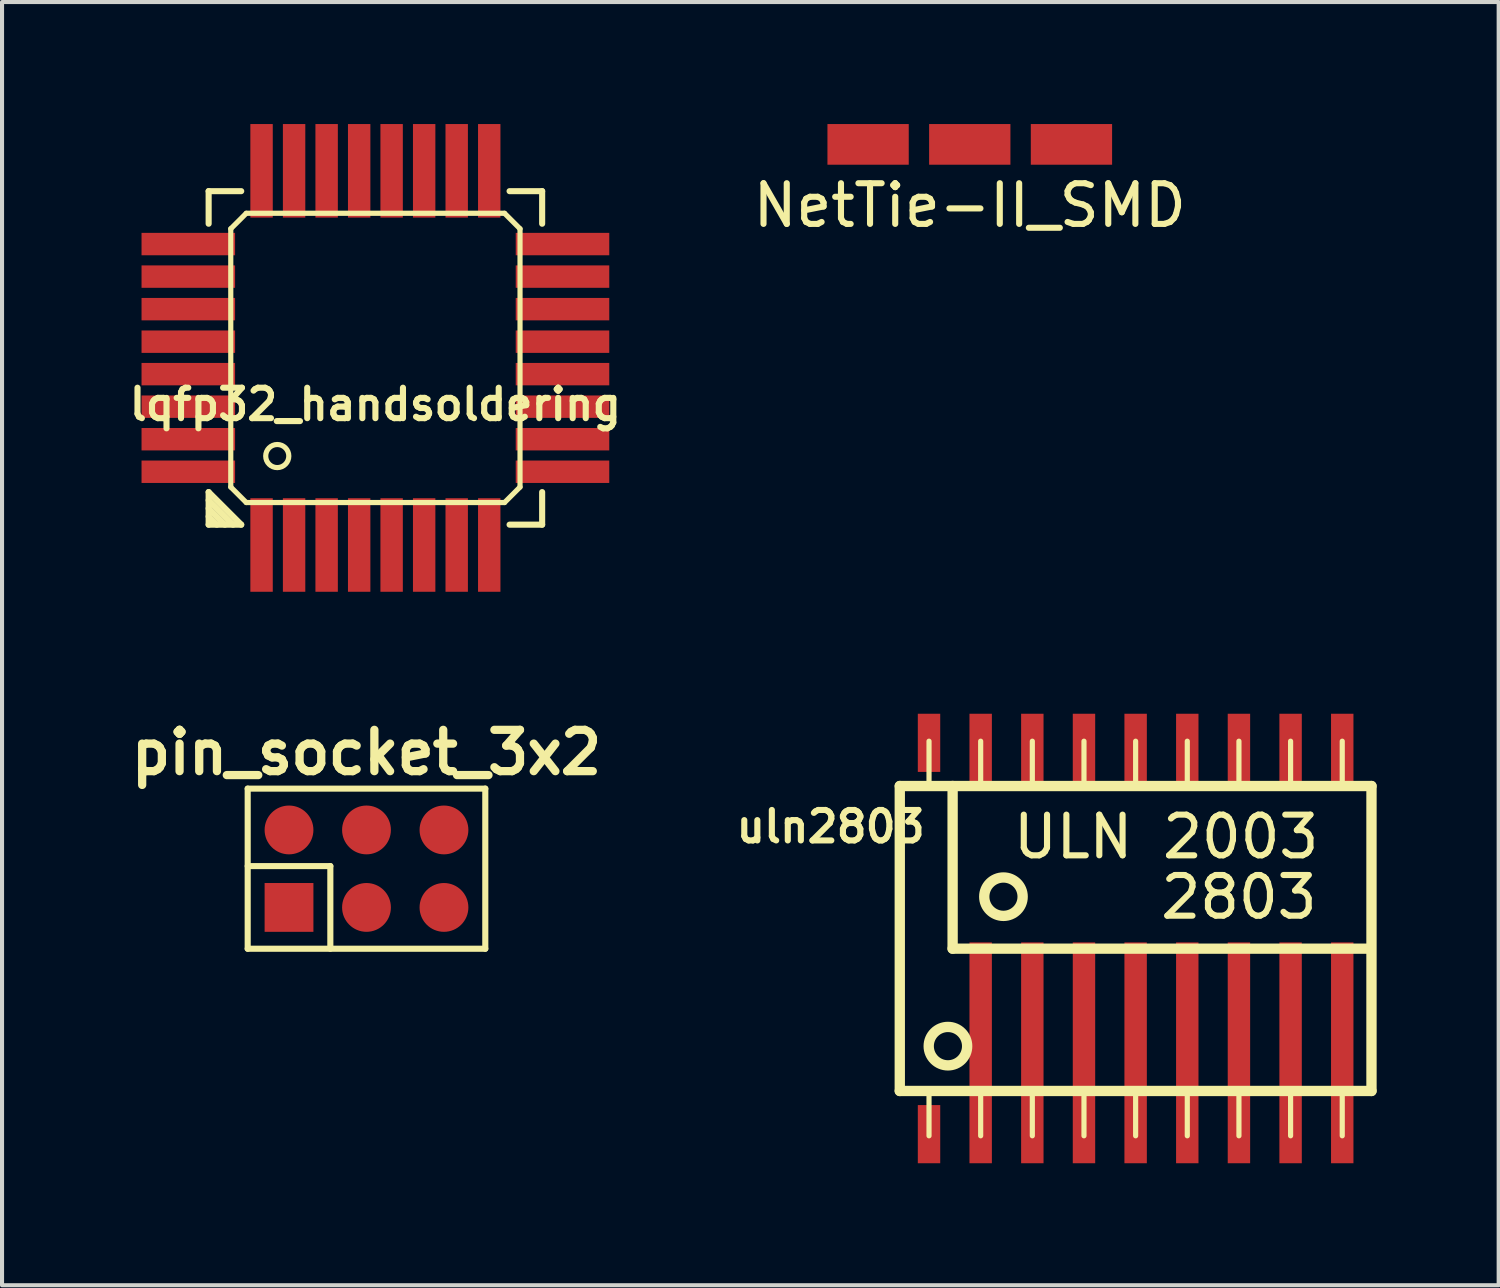
<source format=kicad_pcb>
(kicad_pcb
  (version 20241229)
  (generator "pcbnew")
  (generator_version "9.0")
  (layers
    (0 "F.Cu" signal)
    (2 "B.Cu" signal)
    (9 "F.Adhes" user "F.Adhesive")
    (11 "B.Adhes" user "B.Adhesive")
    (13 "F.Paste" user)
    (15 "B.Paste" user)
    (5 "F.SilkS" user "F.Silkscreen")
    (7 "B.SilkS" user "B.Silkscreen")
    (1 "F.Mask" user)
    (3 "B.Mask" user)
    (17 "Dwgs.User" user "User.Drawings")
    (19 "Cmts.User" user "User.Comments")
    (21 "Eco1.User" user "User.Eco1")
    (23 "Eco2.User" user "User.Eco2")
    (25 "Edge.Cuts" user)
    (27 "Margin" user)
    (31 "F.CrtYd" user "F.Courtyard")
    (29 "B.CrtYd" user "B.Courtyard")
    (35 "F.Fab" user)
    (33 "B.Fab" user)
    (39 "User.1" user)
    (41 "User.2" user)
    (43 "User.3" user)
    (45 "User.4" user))
  (footprint "NetTie-II_SMD"
    (layer "F.Cu")
    (at 20.794 0.5)
    (property "Reference" "NetTie-II_SMD" (at 0 1.5 0) (layer "F.SilkS") (effects (font (size 1 1) (thickness 0.15))))
    (attr through_hole)
    (pad "1" smd rect (at -2.5 0) (size 1.999 1) (layers "F.Cu" "F.Mask" "F.Paste"))
    (pad "2" smd rect (at 0 0) (size 1.999 1) (layers "F.Cu" "F.Mask" "F.Paste"))
    (pad "3" smd rect (at 2.5 0) (size 1.999 1) (layers "F.Cu" "F.Mask" "F.Paste")))
  (footprint "pin_socket_3x2"
    (layer "F.Cu")
    (at 5.961 17.991)
    (property "Reference" "pin_socket_3x2" (at 0 -2.54 0) (layer "F.SilkS") (effects (font (size 1.016 1.016) (thickness 0.203))))
    (attr through_hole)
    (fp_line (start -2.921 -1.651) (end -2.921 2.286) (stroke (width 0.15) (type solid)) (layer "F.SilkS"))
    (fp_line (start -2.921 0.254) (end -0.889 0.254) (stroke (width 0.15) (type solid)) (layer "F.SilkS"))
    (fp_line (start -2.921 2.286) (end 2.921 2.286) (stroke (width 0.15) (type solid)) (layer "F.SilkS"))
    (fp_line (start -0.889 0.254) (end -0.889 2.286) (stroke (width 0.15) (type solid)) (layer "F.SilkS"))
    (fp_line (start 2.921 -1.651) (end -2.921 -1.651) (stroke (width 0.15) (type solid)) (layer "F.SilkS"))
    (fp_line (start 2.921 2.286) (end 2.921 -1.651) (stroke (width 0.15) (type solid)) (layer "F.SilkS"))
    (pad "1" smd rect (at -1.905 1.27) (size 1.2 1.2) (layers "F.Cu" "F.Mask" "F.Paste"))
    (pad "2" smd circle (at -1.905 -0.635) (size 1.2 1.2) (layers "F.Cu" "F.Mask" "F.Paste"))
    (pad "3" smd circle (at 0 1.27) (size 1.2 1.2) (layers "F.Cu" "F.Mask" "F.Paste"))
    (pad "4" smd circle (at 0 -0.635) (size 1.2 1.2) (layers "F.Cu" "F.Mask" "F.Paste"))
    (pad "5" smd circle (at 1.905 1.27) (size 1.2 1.2) (layers "F.Cu" "F.Mask" "F.Paste"))
    (pad "6" smd circle (at 1.905 -0.635) (size 1.2 1.2) (layers "F.Cu" "F.Mask" "F.Paste")))
  (footprint "lqfp32_handsoldering"
    (layer "F.Cu")
    (at 6.18 5.75)
    (property "Reference" "lqfp32_handsoldering" (at 0 1.143 0) (layer "F.SilkS") (effects (font (size 0.749 0.749) (thickness 0.15))))
    (attr through_hole)
    (fp_line (start -4.1 -4.1) (end -3.299 -4.1) (stroke (width 0.15) (type solid)) (layer "F.SilkS"))
    (fp_line (start -4.1 -3.299) (end -4.1 -4.1) (stroke (width 0.15) (type solid)) (layer "F.SilkS"))
    (fp_line (start -4.1 3.299) (end -3.299 4.1) (stroke (width 0.15) (type solid)) (layer "F.SilkS"))
    (fp_line (start -4.1 3.701) (end -3.701 4.1) (stroke (width 0.15) (type solid)) (layer "F.SilkS"))
    (fp_line (start -4.1 4.1) (end -4.1 3.299) (stroke (width 0.15) (type solid)) (layer "F.SilkS"))
    (fp_line (start -3.899 4.1) (end -4.1 3.899) (stroke (width 0.15) (type solid)) (layer "F.SilkS"))
    (fp_line (start -3.556 -3.175) (end -3.175 -3.556) (stroke (width 0.127) (type solid)) (layer "F.SilkS"))
    (fp_line (start -3.556 3.175) (end -3.556 -3.175) (stroke (width 0.127) (type solid)) (layer "F.SilkS"))
    (fp_line (start -3.5 4.1) (end -4.1 3.5) (stroke (width 0.15) (type solid)) (layer "F.SilkS"))
    (fp_line (start -3.299 4.1) (end -4.1 4.1) (stroke (width 0.15) (type solid)) (layer "F.SilkS"))
    (fp_line (start -3.175 -3.556) (end 3.175 -3.556) (stroke (width 0.127) (type solid)) (layer "F.SilkS"))
    (fp_line (start -3.175 3.556) (end -3.556 3.175) (stroke (width 0.127) (type solid)) (layer "F.SilkS"))
    (fp_line (start 3.175 -3.556) (end 3.556 -3.175) (stroke (width 0.127) (type solid)) (layer "F.SilkS"))
    (fp_line (start 3.175 3.556) (end -3.175 3.556) (stroke (width 0.127) (type solid)) (layer "F.SilkS"))
    (fp_line (start 3.299 -4.1) (end 4.1 -4.1) (stroke (width 0.15) (type solid)) (layer "F.SilkS"))
    (fp_line (start 3.556 -3.175) (end 3.556 3.175) (stroke (width 0.127) (type solid)) (layer "F.SilkS"))
    (fp_line (start 3.556 3.175) (end 3.175 3.556) (stroke (width 0.127) (type solid)) (layer "F.SilkS"))
    (fp_line (start 4.1 -4.1) (end 4.1 -3.299) (stroke (width 0.15) (type solid)) (layer "F.SilkS"))
    (fp_line (start 4.1 3.299) (end 4.1 4.1) (stroke (width 0.15) (type solid)) (layer "F.SilkS"))
    (fp_line (start 4.1 4.1) (end 3.299 4.1) (stroke (width 0.15) (type solid)) (layer "F.SilkS"))
    (fp_circle (center -2.413 2.413) (end -2.667 2.54) (stroke (width 0.127) (type solid)) (fill no) (layer "F.SilkS"))
    (pad "1" smd rect (at -2.799 4.6) (size 0.551 2.3) (layers "F.Cu" "F.Mask"))
    (pad "2" smd rect (at -1.999 4.6) (size 0.551 2.3) (layers "F.Cu" "F.Mask"))
    (pad "3" smd rect (at -1.199 4.6) (size 0.551 2.3) (layers "F.Cu" "F.Mask"))
    (pad "4" smd rect (at -0.399 4.6) (size 0.551 2.3) (layers "F.Cu" "F.Mask"))
    (pad "5" smd rect (at 0.399 4.6) (size 0.551 2.3) (layers "F.Cu" "F.Mask"))
    (pad "6" smd rect (at 1.199 4.6) (size 0.551 2.3) (layers "F.Cu" "F.Mask"))
    (pad "7" smd rect (at 1.999 4.6) (size 0.551 2.3) (layers "F.Cu" "F.Mask"))
    (pad "8" smd rect (at 2.799 4.6) (size 0.551 2.3) (layers "F.Cu" "F.Mask"))
    (pad "9" smd rect (at 4.6 2.799) (size 2.3 0.551) (layers "F.Cu" "F.Mask"))
    (pad "10" smd rect (at 4.6 1.999) (size 2.3 0.551) (layers "F.Cu" "F.Mask"))
    (pad "11" smd rect (at 4.6 1.199) (size 2.3 0.551) (layers "F.Cu" "F.Mask"))
    (pad "12" smd rect (at 4.6 0.399) (size 2.3 0.551) (layers "F.Cu" "F.Mask"))
    (pad "13" smd rect (at 4.6 -0.399) (size 2.3 0.551) (layers "F.Cu" "F.Mask"))
    (pad "14" smd rect (at 4.6 -1.199) (size 2.3 0.551) (layers "F.Cu" "F.Mask"))
    (pad "15" smd rect (at 4.6 -1.999) (size 2.3 0.551) (layers "F.Cu" "F.Mask"))
    (pad "16" smd rect (at 4.6 -2.799) (size 2.3 0.551) (layers "F.Cu" "F.Mask"))
    (pad "17" smd rect (at 2.799 -4.6) (size 0.551 2.3) (layers "F.Cu" "F.Mask"))
    (pad "18" smd rect (at 1.999 -4.6) (size 0.551 2.3) (layers "F.Cu" "F.Mask"))
    (pad "19" smd rect (at 1.199 -4.6) (size 0.551 2.3) (layers "F.Cu" "F.Mask"))
    (pad "20" smd rect (at 0.399 -4.6) (size 0.551 2.3) (layers "F.Cu" "F.Mask"))
    (pad "21" smd rect (at -0.399 -4.6) (size 0.551 2.3) (layers "F.Cu" "F.Mask"))
    (pad "22" smd rect (at -1.199 -4.6) (size 0.551 2.3) (layers "F.Cu" "F.Mask"))
    (pad "23" smd rect (at -1.999 -4.6) (size 0.551 2.3) (layers "F.Cu" "F.Mask"))
    (pad "24" smd rect (at -2.799 -4.6) (size 0.551 2.3) (layers "F.Cu" "F.Mask"))
    (pad "25" smd rect (at -4.6 -2.799) (size 2.3 0.551) (layers "F.Cu" "F.Mask"))
    (pad "26" smd rect (at -4.6 -1.999) (size 2.3 0.551) (layers "F.Cu" "F.Mask"))
    (pad "27" smd rect (at -4.6 -1.199) (size 2.3 0.551) (layers "F.Cu" "F.Mask"))
    (pad "28" smd rect (at -4.6 -0.399) (size 2.3 0.551) (layers "F.Cu" "F.Mask"))
    (pad "29" smd rect (at -4.6 0.399) (size 2.3 0.551) (layers "F.Cu" "F.Mask"))
    (pad "30" smd rect (at -4.6 1.199) (size 2.3 0.551) (layers "F.Cu" "F.Mask"))
    (pad "31" smd rect (at -4.6 1.999) (size 2.3 0.551) (layers "F.Cu" "F.Mask"))
    (pad "32" smd rect (at -4.6 2.799) (size 2.3 0.551) (layers "F.Cu" "F.Mask")))
  (footprint "uln2803"
    (layer "F.Cu")
    (at 24.872 20.025)
    (property "Reference" "uln2803" (at -7.5 -2.75 0) (layer "F.SilkS") (effects (font (size 0.749 0.749) (thickness 0.15))))
    (attr through_hole)
    (fp_line (start -5.799 -3.749) (end -5.799 3.749) (stroke (width 0.254) (type solid)) (layer "F.SilkS"))
    (fp_line (start -5.799 3.749) (end 5.799 3.749) (stroke (width 0.254) (type solid)) (layer "F.SilkS"))
    (fp_line (start -5.08 -3.759) (end -5.08 -4.851) (stroke (width 0.127) (type solid)) (layer "F.SilkS"))
    (fp_line (start -5.08 4.851) (end -5.08 3.759) (stroke (width 0.127) (type solid)) (layer "F.SilkS"))
    (fp_line (start -4.5 -3.75) (end -4.5 0.25) (stroke (width 0.254) (type solid)) (layer "F.SilkS"))
    (fp_line (start -4.5 0.25) (end 5.75 0.25) (stroke (width 0.254) (type solid)) (layer "F.SilkS"))
    (fp_line (start -3.81 -3.759) (end -3.81 -4.851) (stroke (width 0.127) (type solid)) (layer "F.SilkS"))
    (fp_line (start -3.81 3.759) (end -3.81 4.851) (stroke (width 0.127) (type solid)) (layer "F.SilkS"))
    (fp_line (start -2.54 -3.759) (end -2.54 -4.851) (stroke (width 0.127) (type solid)) (layer "F.SilkS"))
    (fp_line (start -2.54 4.851) (end -2.54 3.759) (stroke (width 0.127) (type solid)) (layer "F.SilkS"))
    (fp_line (start -1.27 -4.851) (end -1.27 -3.759) (stroke (width 0.127) (type solid)) (layer "F.SilkS"))
    (fp_line (start -1.27 4.851) (end -1.27 3.759) (stroke (width 0.127) (type solid)) (layer "F.SilkS"))
    (fp_line (start 0 -4.851) (end 0 -3.759) (stroke (width 0.127) (type solid)) (layer "F.SilkS"))
    (fp_line (start 0 4.851) (end 0 3.759) (stroke (width 0.127) (type solid)) (layer "F.SilkS"))
    (fp_line (start 1.27 -4.851) (end 1.27 -3.759) (stroke (width 0.127) (type solid)) (layer "F.SilkS"))
    (fp_line (start 1.27 4.851) (end 1.27 3.759) (stroke (width 0.127) (type solid)) (layer "F.SilkS"))
    (fp_line (start 2.54 -3.759) (end 2.54 -4.851) (stroke (width 0.127) (type solid)) (layer "F.SilkS"))
    (fp_line (start 2.54 3.759) (end 2.54 4.851) (stroke (width 0.127) (type solid)) (layer "F.SilkS"))
    (fp_line (start 3.81 -3.759) (end 3.81 -4.851) (stroke (width 0.127) (type solid)) (layer "F.SilkS"))
    (fp_line (start 3.81 3.759) (end 3.81 4.851) (stroke (width 0.127) (type solid)) (layer "F.SilkS"))
    (fp_line (start 5.08 -3.759) (end 5.08 -4.851) (stroke (width 0.127) (type solid)) (layer "F.SilkS"))
    (fp_line (start 5.08 3.759) (end 5.08 4.851) (stroke (width 0.127) (type solid)) (layer "F.SilkS"))
    (fp_line (start 5.799 -3.749) (end -5.799 -3.749) (stroke (width 0.254) (type solid)) (layer "F.SilkS"))
    (fp_line (start 5.799 3.749) (end 5.799 -3.749) (stroke (width 0.254) (type solid)) (layer "F.SilkS"))
    (fp_circle (center -4.615 2.647) (end -4.895 3.028) (stroke (width 0.254) (type solid)) (fill no) (layer "F.SilkS"))
    (fp_circle (center -3.25 -1.028) (end -3.529 -0.647) (stroke (width 0.254) (type solid)) (fill no) (layer "F.SilkS"))
    (fp_text user "2803" (at 2.54 -1.016 0) (layer "F.SilkS") (effects (font (size 1 1) (thickness 0.15))))
    (fp_text user "ULN 2003" (at 0.75 -2.5 0) (layer "F.SilkS") (effects (font (size 1 1) (thickness 0.15))))
    (pad "1" smd rect (at -5.08 4.811) (size 0.551 1.43) (layers "F.Cu" "F.Mask" "F.Paste"))
    (pad "2" smd rect (at -3.81 2.811) (size 0.551 5.43) (layers "F.Cu" "F.Mask" "F.Paste"))
    (pad "3" smd rect (at -2.54 2.811) (size 0.551 5.43) (layers "F.Cu" "F.Mask" "F.Paste"))
    (pad "4" smd rect (at -1.27 2.811) (size 0.551 5.43) (layers "F.Cu" "F.Mask" "F.Paste"))
    (pad "5" smd rect (at 0 2.811) (size 0.551 5.43) (layers "F.Cu" "F.Mask" "F.Paste"))
    (pad "6" smd rect (at 1.27 2.811) (size 0.551 5.43) (layers "F.Cu" "F.Mask" "F.Paste"))
    (pad "7" smd rect (at 2.54 2.811) (size 0.551 5.43) (layers "F.Cu" "F.Mask" "F.Paste"))
    (pad "8" smd rect (at 3.81 2.811) (size 0.551 5.43) (layers "F.Cu" "F.Mask" "F.Paste"))
    (pad "9" smd rect (at 5.08 2.811) (size 0.551 5.43) (layers "F.Cu" "F.Mask" "F.Paste"))
    (pad "10" smd rect (at 5.08 -4.611) (size 0.551 1.83) (layers "F.Cu" "F.Mask" "F.Paste"))
    (pad "11" smd rect (at 3.81 -4.611) (size 0.551 1.83) (layers "F.Cu" "F.Mask" "F.Paste"))
    (pad "12" smd rect (at 2.54 -4.611) (size 0.551 1.83) (layers "F.Cu" "F.Mask" "F.Paste"))
    (pad "13" smd rect (at 1.27 -4.611) (size 0.551 1.83) (layers "F.Cu" "F.Mask" "F.Paste"))
    (pad "14" smd rect (at 0 -4.611) (size 0.551 1.83) (layers "F.Cu" "F.Mask" "F.Paste"))
    (pad "15" smd rect (at -1.27 -4.611) (size 0.551 1.83) (layers "F.Cu" "F.Mask" "F.Paste"))
    (pad "16" smd rect (at -2.54 -4.611) (size 0.551 1.83) (layers "F.Cu" "F.Mask" "F.Paste"))
    (pad "17" smd rect (at -3.81 -4.611) (size 0.551 1.83) (layers "F.Cu" "F.Mask" "F.Paste"))
    (pad "18" smd rect (at -5.08 -4.811) (size 0.551 1.43) (layers "F.Cu" "F.Mask" "F.Paste")))
  (gr_rect
    (start -3 -3)
    (end 33.798 28.551)
    (stroke (width 0.1) (type default))
    (fill no)
    (layer "Edge.Cuts")))
</source>
